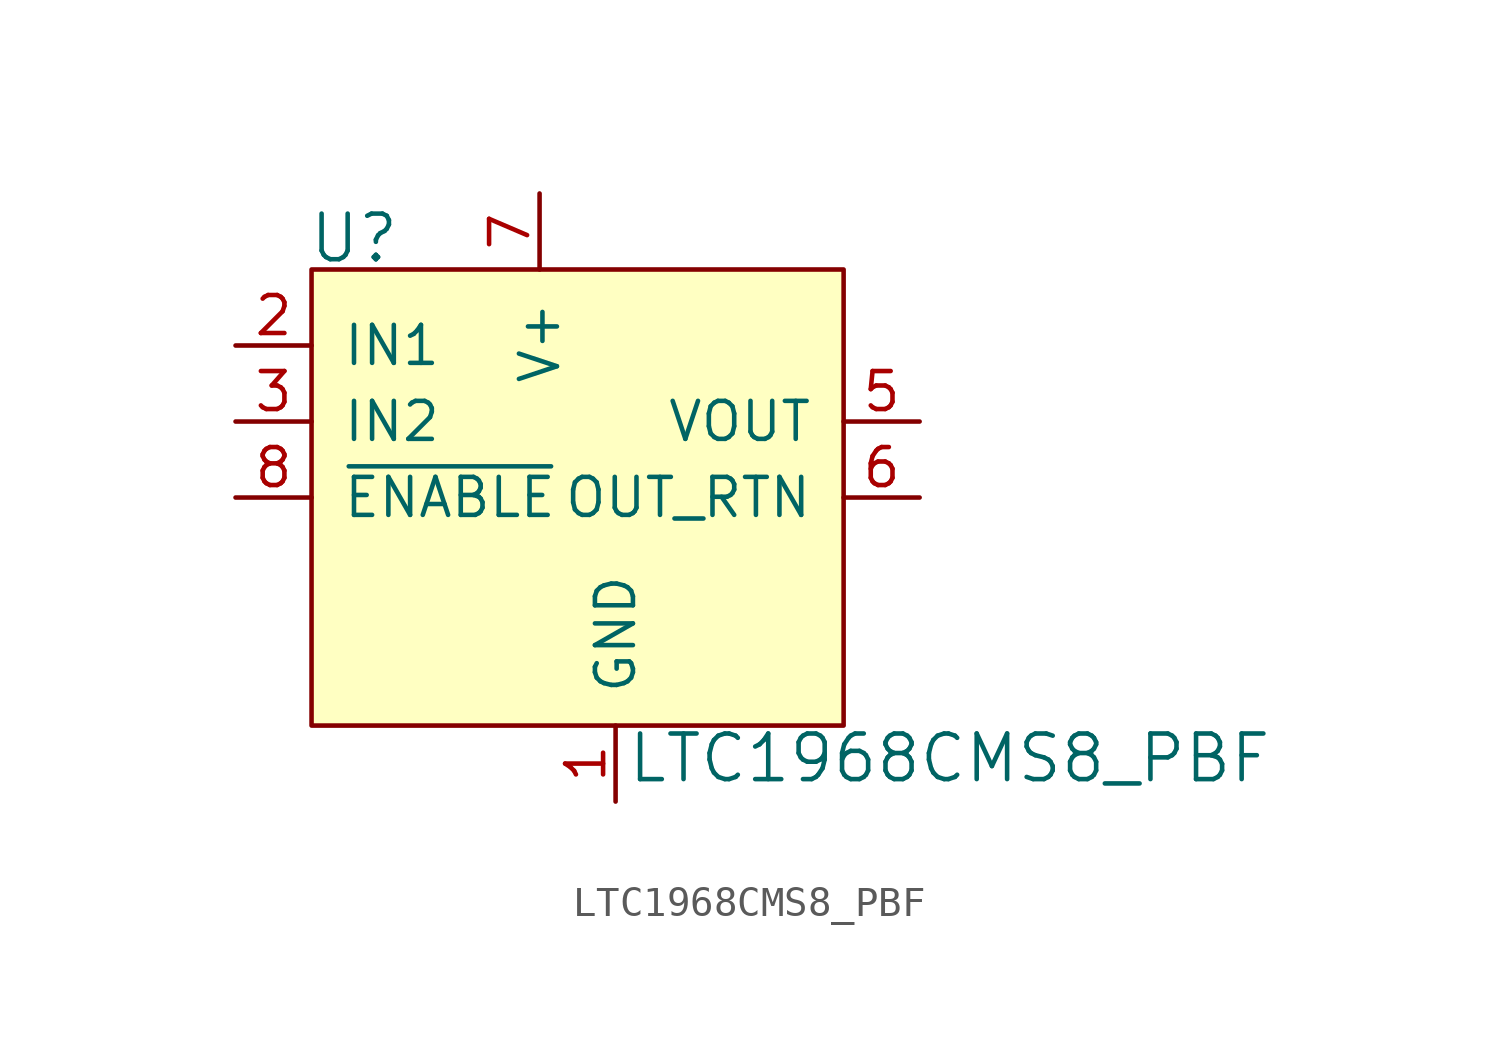
<source format=kicad_sym>
(kicad_symbol_lib
  (version 20201005)
  (generator kicad_symbol_editor)
  (symbol "LTC1968CMS8_PBF"
    (pin_names
      (offset 1.016))
    (property "Reference" "U"
      (at -10.287 1.041 0)
      (effects (font (size 1.524 1.524)) (justify left)))
    (property "Value" "LTC1968CMS8_PBF"
      (at 0.356 -16.332 0)
      (effects (font (size 1.524 1.524)) (justify left)))
    (symbol "LTC1968CMS8_PBF_0_1"
      (rectangle (start -10.16 0) (end 7.62 -15.24) (stroke (width 0)) (fill (type background))))
    (symbol "LTC1968CMS8_PBF_1_1"
      (pin power_in line (at 0 -17.78 90) (length 2.54) (name "GND" (effects (font (size 1.27 1.27)))) (number "1" (effects (font (size 1.27 1.27)))))
      (pin input line (at -12.7 -2.54 0) (length 2.54) (name "IN1" (effects (font (size 1.27 1.27)))) (number "2" (effects (font (size 1.27 1.27)))))
      (pin input line (at -12.7 -5.08 0) (length 2.54) (name "IN2" (effects (font (size 1.27 1.27)))) (number "3" (effects (font (size 1.27 1.27)))))
      (pin no_connect line (at -10.16 -10.16 0) (length 2.54) hide (name "NC" (effects (font (size 1.27 1.27)))) (number "4" (effects (font (size 1.27 1.27)))))
      (pin power_out line (at 10.16 -5.08 180) (length 2.54) (name "VOUT" (effects (font (size 1.27 1.27)))) (number "5" (effects (font (size 1.27 1.27)))))
      (pin output line (at 10.16 -7.62 180) (length 2.54) (name "OUT_RTN" (effects (font (size 1.27 1.27)))) (number "6" (effects (font (size 1.27 1.27)))))
      (pin power_in line (at -2.54 2.54 270) (length 2.54) (name "V+" (effects (font (size 1.27 1.27)))) (number "7" (effects (font (size 1.27 1.27)))))
      (pin input line (at -12.7 -7.62 0) (length 2.54) (name "~ENABLE" (effects (font (size 1.27 1.27)))) (number "8" (effects (font (size 1.27 1.27))))))))
</source>
